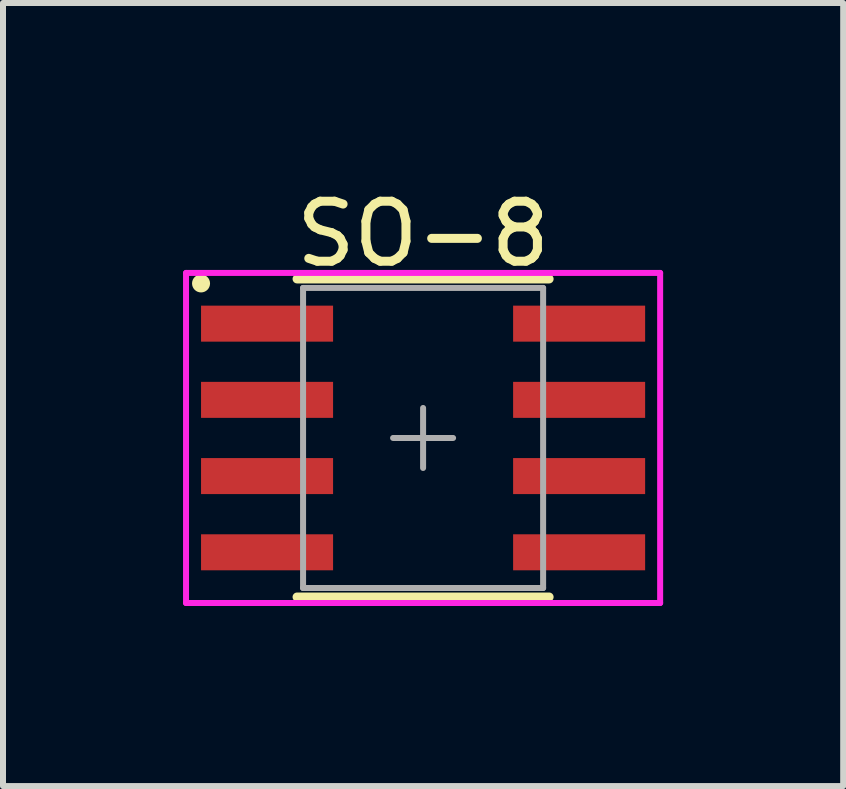
<source format=kicad_pcb>
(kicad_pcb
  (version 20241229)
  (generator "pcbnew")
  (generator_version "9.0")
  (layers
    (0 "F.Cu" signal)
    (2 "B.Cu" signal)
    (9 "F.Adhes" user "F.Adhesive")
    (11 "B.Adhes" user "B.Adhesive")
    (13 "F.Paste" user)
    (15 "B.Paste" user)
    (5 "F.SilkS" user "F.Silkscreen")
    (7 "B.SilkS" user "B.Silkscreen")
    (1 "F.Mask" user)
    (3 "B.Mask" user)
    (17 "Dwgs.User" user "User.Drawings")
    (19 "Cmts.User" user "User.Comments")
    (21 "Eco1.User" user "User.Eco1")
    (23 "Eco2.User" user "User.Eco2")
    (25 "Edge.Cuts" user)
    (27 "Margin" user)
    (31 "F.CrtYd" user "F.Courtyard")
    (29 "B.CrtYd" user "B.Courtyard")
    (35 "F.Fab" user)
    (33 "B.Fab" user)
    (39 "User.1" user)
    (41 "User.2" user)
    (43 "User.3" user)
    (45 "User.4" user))
  (footprint "SO-8"
    (layer "F.Cu")
    (at 4 4.248)
    (property "Reference" "SO-8" (at 0 -3.4 0) (layer "F.SilkS") (effects (font (size 1 1) (thickness 0.15))))
    (attr through_hole)
    (fp_line (start 2.1 -2.65) (end -2.1 -2.65) (stroke (width 0.15) (type solid)) (layer "F.SilkS"))
    (fp_line (start 2.1 2.65) (end -2.1 2.65) (stroke (width 0.15) (type solid)) (layer "F.SilkS"))
    (fp_circle (center -3.7 -2.575) (end -3.625 -2.575) (stroke (width 0.15) (type solid)) (fill no) (layer "F.SilkS"))
    (fp_line (start -3.95 -2.75) (end 3.95 -2.75) (stroke (width 0.1) (type solid)) (layer "F.CrtYd"))
    (fp_line (start -3.95 2.75) (end -3.95 -2.75) (stroke (width 0.1) (type solid)) (layer "F.CrtYd"))
    (fp_line (start 3.95 -2.75) (end 3.95 2.75) (stroke (width 0.1) (type solid)) (layer "F.CrtYd"))
    (fp_line (start 3.95 2.75) (end -3.95 2.75) (stroke (width 0.1) (type solid)) (layer "F.CrtYd"))
    (fp_line (start -2 -2.5) (end 2 -2.5) (stroke (width 0.1) (type solid)) (layer "F.Fab"))
    (fp_line (start -2 2.5) (end -2 -2.5) (stroke (width 0.1) (type solid)) (layer "F.Fab"))
    (fp_line (start 0 0.5) (end 0 -0.5) (stroke (width 0.1) (type solid)) (layer "F.Fab"))
    (fp_line (start 0.5 0) (end -0.5 0) (stroke (width 0.1) (type solid)) (layer "F.Fab"))
    (fp_line (start 2 -2.5) (end 2 2.5) (stroke (width 0.1) (type solid)) (layer "F.Fab"))
    (fp_line (start 2 2.5) (end -2 2.5) (stroke (width 0.1) (type solid)) (layer "F.Fab"))
    (pad "1" smd rect (at -2.6 -1.905 270) (size 0.6 2.2) (layers "F.Cu" "F.Mask" "F.Paste"))
    (pad "2" smd rect (at -2.6 -0.635 270) (size 0.6 2.2) (layers "F.Cu" "F.Mask" "F.Paste"))
    (pad "3" smd rect (at -2.6 0.635 270) (size 0.6 2.2) (layers "F.Cu" "F.Mask" "F.Paste"))
    (pad "4" smd rect (at -2.6 1.905 270) (size 0.6 2.2) (layers "F.Cu" "F.Mask" "F.Paste"))
    (pad "5" smd rect (at 2.6 1.905 270) (size 0.6 2.2) (layers "F.Cu" "F.Mask" "F.Paste"))
    (pad "6" smd rect (at 2.6 0.635 270) (size 0.6 2.2) (layers "F.Cu" "F.Mask" "F.Paste"))
    (pad "7" smd rect (at 2.6 -0.635 270) (size 0.6 2.2) (layers "F.Cu" "F.Mask" "F.Paste"))
    (pad "8" smd rect (at 2.6 -1.905 270) (size 0.6 2.2) (layers "F.Cu" "F.Mask" "F.Paste")))
  (gr_rect
    (start -3 -3)
    (end 11 10.048)
    (stroke (width 0.1) (type default))
    (fill no)
    (layer "Edge.Cuts")))
</source>
